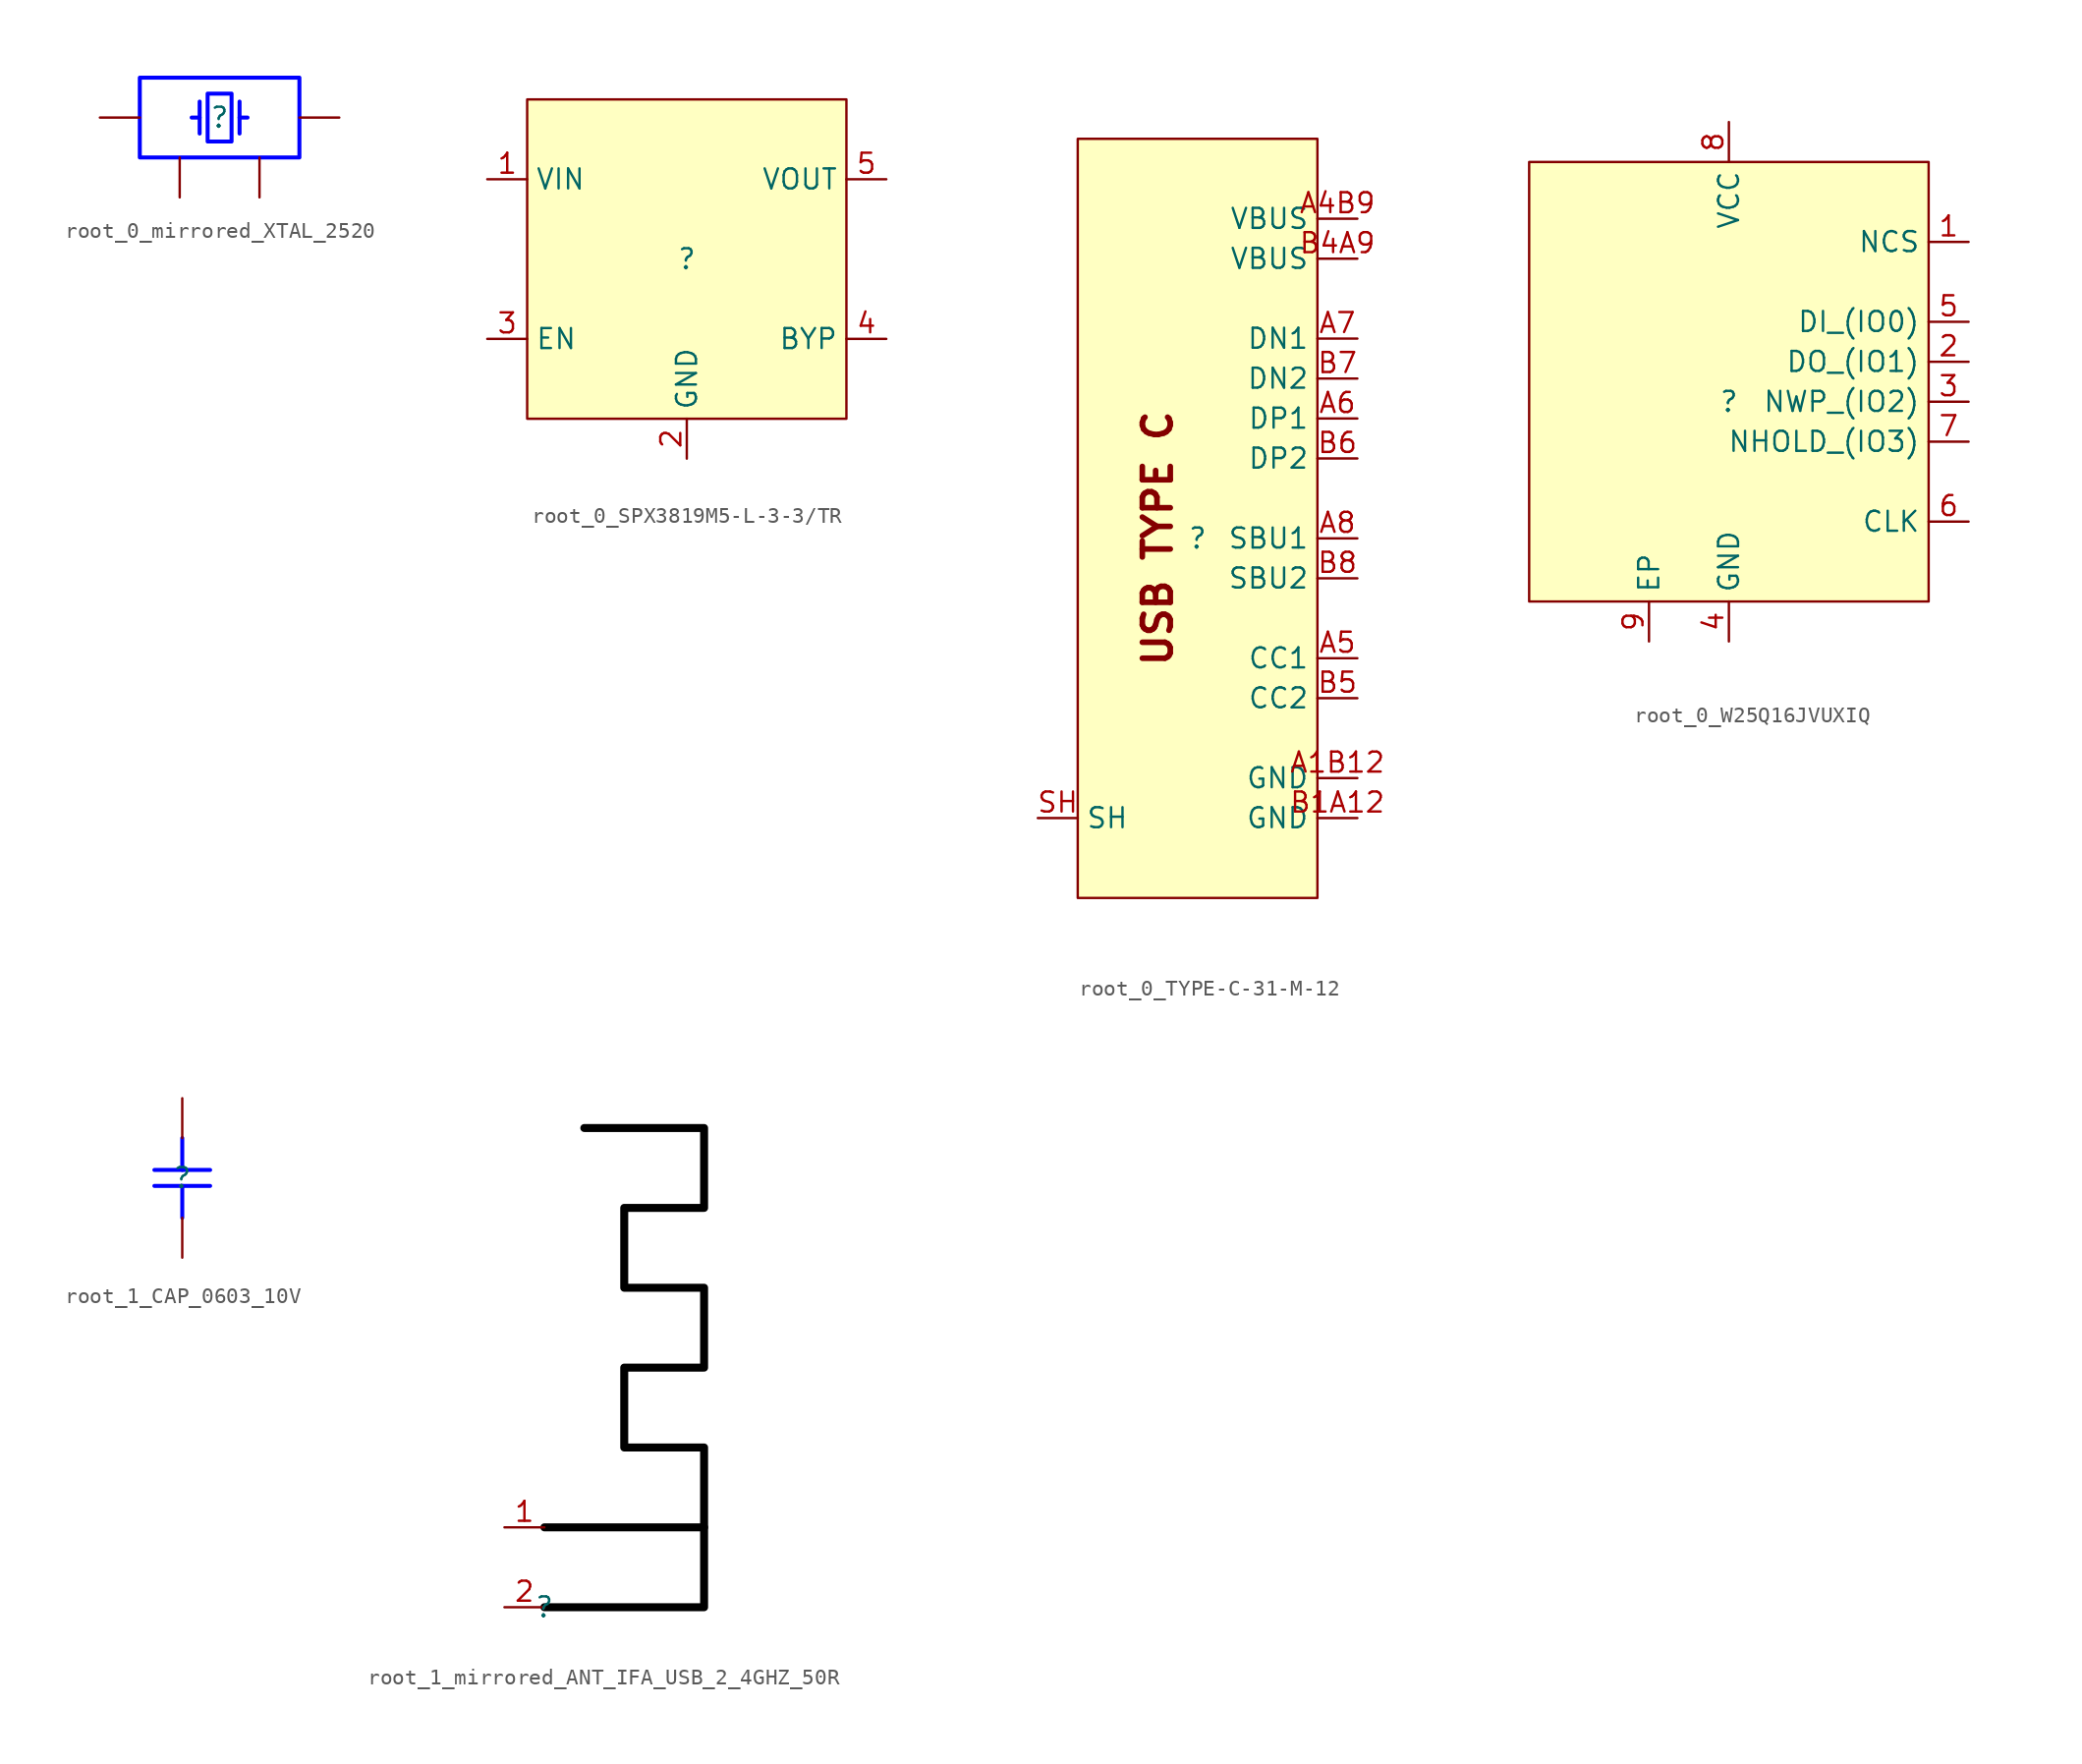
<source format=kicad_sym>
(kicad_symbol_lib
  (version 20220914)
  (generator kicad_symbol_editor)
  (symbol "root_0_mirrored_XTAL_2520"
    (property "Reference" ""
      (at 0 0 0)
      (effects (font (size 1.27 1.27))))
    (property "Value" ""
      (at 0 0 0)
      (effects (font (size 1.27 1.27))))
    (symbol "root_0_mirrored_XTAL_2520_1_0"
      (polyline (pts (xy -1.778 0) (xy -1.27 0)) (stroke (width 0.254) (type solid) (color 0 0 255 1)) (fill (type none)))
      (polyline (pts (xy -1.27 1.016) (xy -1.27 -1.016)) (stroke (width 0.254) (type solid) (color 0 0 255 1)) (fill (type none)))
      (polyline (pts (xy 1.27 0) (xy 1.778 0)) (stroke (width 0.254) (type solid) (color 0 0 255 1)) (fill (type none)))
      (polyline (pts (xy 1.27 1.016) (xy 1.27 -1.016)) (stroke (width 0.254) (type solid) (color 0 0 255 1)) (fill (type none)))
      (polyline (pts (xy -0.762 1.524) (xy 0.762 1.524) (xy 0.762 -1.524) (xy -0.762 -1.524) (xy -0.762 1.524)) (stroke (width 0.254) (type solid) (color 0 0 255 1)) (fill (type none)))
      (polyline (pts (xy 5.08 -2.54) (xy -5.08 -2.54) (xy -5.08 2.54) (xy 5.08 2.54) (xy 5.08 -2.54)) (stroke (width 0.254) (type solid) (color 0 0 255 1)) (fill (type none)))
      (pin passive line (at 7.62 0 180) (length 2.54) (name "1" (effects (font (size 0 0)))) (number "1" (effects (font (size 0 0)))))
      (pin passive line (at 2.54 -5.08 90) (length 2.54) (name "2" (effects (font (size 0 0)))) (number "2" (effects (font (size 0 0)))))
      (pin passive line (at -7.62 0 0) (length 2.54) (name "3" (effects (font (size 0 0)))) (number "3" (effects (font (size 0 0)))))
      (pin passive line (at -2.54 -5.08 90) (length 2.54) (name "4" (effects (font (size 0 0)))) (number "4" (effects (font (size 0 0)))))))
  (symbol "root_0_SPX3819M5-L-3-3/TR"
    (property "Reference" ""
      (at 0 0 0)
      (effects (font (size 1.27 1.27))))
    (property "Value" ""
      (at 0 0 0)
      (effects (font (size 1.27 1.27))))
    (symbol "root_0_SPX3819M5-L-3-3/TR_1_0"
      (rectangle (start 10.16 10.16) (end -10.16 -10.16) (stroke (width 0) (type solid)) (fill (type background)))
      (pin power_in line (at -12.7 5.08 0) (length 2.54) (name "VIN" (effects (font (size 1.27 1.27)))) (number "1" (effects (font (size 1.27 1.27)))))
      (pin power_in line (at 0 -12.7 90) (length 2.54) (name "GND" (effects (font (size 1.27 1.27)))) (number "2" (effects (font (size 1.27 1.27)))))
      (pin input line (at -12.7 -5.08 0) (length 2.54) (name "EN" (effects (font (size 1.27 1.27)))) (number "3" (effects (font (size 1.27 1.27)))))
      (pin passive line (at 12.7 -5.08 180) (length 2.54) (name "BYP" (effects (font (size 1.27 1.27)))) (number "4" (effects (font (size 1.27 1.27)))))
      (pin power_in line (at 12.7 5.08 180) (length 2.54) (name "VOUT" (effects (font (size 1.27 1.27)))) (number "5" (effects (font (size 1.27 1.27)))))))
  (symbol "root_0_TYPE-C-31-M-12"
    (property "Reference" ""
      (at 0 0 0)
      (effects (font (size 1.27 1.27))))
    (property "Value" ""
      (at 0 0 0)
      (effects (font (size 1.27 1.27))))
    (symbol "root_0_TYPE-C-31-M-12_1_0"
      (rectangle (start 7.62 25.4) (end -7.62 -22.86) (stroke (width 0) (type solid)) (fill (type background)))
      (text "USB TYPE C" (at -2.54 0 900) (effects (font (size 1.778 1.778) bold)))
      (pin power_in line (at 10.16 -15.24 180) (length 2.54) (name "GND" (effects (font (size 1.27 1.27)))) (number "A1B12" (effects (font (size 1.27 1.27)))))
      (pin power_in line (at 10.16 20.32 180) (length 2.54) (name "VBUS" (effects (font (size 1.27 1.27)))) (number "A4B9" (effects (font (size 1.27 1.27)))))
      (pin passive line (at 10.16 -7.62 180) (length 2.54) (name "CC1" (effects (font (size 1.27 1.27)))) (number "A5" (effects (font (size 1.27 1.27)))))
      (pin bidirectional line (at 10.16 7.62 180) (length 2.54) (name "DP1" (effects (font (size 1.27 1.27)))) (number "A6" (effects (font (size 1.27 1.27)))))
      (pin bidirectional line (at 10.16 12.7 180) (length 2.54) (name "DN1" (effects (font (size 1.27 1.27)))) (number "A7" (effects (font (size 1.27 1.27)))))
      (pin bidirectional line (at 10.16 0 180) (length 2.54) (name "SBU1" (effects (font (size 1.27 1.27)))) (number "A8" (effects (font (size 1.27 1.27)))))
      (pin power_in line (at 10.16 -17.78 180) (length 2.54) (name "GND" (effects (font (size 1.27 1.27)))) (number "B1A12" (effects (font (size 1.27 1.27)))))
      (pin power_in line (at 10.16 17.78 180) (length 2.54) (name "VBUS" (effects (font (size 1.27 1.27)))) (number "B4A9" (effects (font (size 1.27 1.27)))))
      (pin tri_state line (at 10.16 -10.16 180) (length 2.54) (name "CC2" (effects (font (size 1.27 1.27)))) (number "B5" (effects (font (size 1.27 1.27)))))
      (pin bidirectional line (at 10.16 5.08 180) (length 2.54) (name "DP2" (effects (font (size 1.27 1.27)))) (number "B6" (effects (font (size 1.27 1.27)))))
      (pin bidirectional line (at 10.16 10.16 180) (length 2.54) (name "DN2" (effects (font (size 1.27 1.27)))) (number "B7" (effects (font (size 1.27 1.27)))))
      (pin bidirectional line (at 10.16 -2.54 180) (length 2.54) (name "SBU2" (effects (font (size 1.27 1.27)))) (number "B8" (effects (font (size 1.27 1.27)))))
      (pin power_in line (at -10.16 -17.78 0) (length 2.54) (name "SH" (effects (font (size 1.27 1.27)))) (number "SH" (effects (font (size 1.27 1.27)))))))
  (symbol "root_0_W25Q16JVUXIQ"
    (property "Reference" ""
      (at 0 0 0)
      (effects (font (size 1.27 1.27))))
    (property "Value" ""
      (at 0 0 0)
      (effects (font (size 1.27 1.27))))
    (symbol "root_0_W25Q16JVUXIQ_1_0"
      (rectangle (start 12.7 15.24) (end -12.7 -12.7) (stroke (width 0) (type solid)) (fill (type background)))
      (pin input line (at 15.24 10.16 180) (length 2.54) (name "NCS" (effects (font (size 1.27 1.27)))) (number "1" (effects (font (size 1.27 1.27)))))
      (pin bidirectional line (at 15.24 2.54 180) (length 2.54) (name "DO_(IO1)" (effects (font (size 1.27 1.27)))) (number "2" (effects (font (size 1.27 1.27)))))
      (pin bidirectional line (at 15.24 0 180) (length 2.54) (name "NWP_(IO2)" (effects (font (size 1.27 1.27)))) (number "3" (effects (font (size 1.27 1.27)))))
      (pin power_in line (at 0 -15.24 90) (length 2.54) (name "GND" (effects (font (size 1.27 1.27)))) (number "4" (effects (font (size 1.27 1.27)))))
      (pin bidirectional line (at 15.24 5.08 180) (length 2.54) (name "DI_(IO0)" (effects (font (size 1.27 1.27)))) (number "5" (effects (font (size 1.27 1.27)))))
      (pin input line (at 15.24 -7.62 180) (length 2.54) (name "CLK" (effects (font (size 1.27 1.27)))) (number "6" (effects (font (size 1.27 1.27)))))
      (pin bidirectional line (at 15.24 -2.54 180) (length 2.54) (name "NHOLD_(IO3)" (effects (font (size 1.27 1.27)))) (number "7" (effects (font (size 1.27 1.27)))))
      (pin power_in line (at 0 17.78 270) (length 2.54) (name "VCC" (effects (font (size 1.27 1.27)))) (number "8" (effects (font (size 1.27 1.27)))))
      (pin power_in line (at -5.08 -15.24 90) (length 2.54) (name "EP" (effects (font (size 1.27 1.27)))) (number "9" (effects (font (size 1.27 1.27)))))))
  (symbol "root_1_CAP_0603_10V"
    (property "Reference" ""
      (at 0 0 0)
      (effects (font (size 1.27 1.27))))
    (property "Value" ""
      (at 0 0 0)
      (effects (font (size 1.27 1.27))))
    (symbol "root_1_CAP_0603_10V_1_0"
      (polyline (pts (xy -1.778 -0.508) (xy 1.778 -0.508)) (stroke (width 0.254) (type solid) (color 0 0 255 1)) (fill (type none)))
      (polyline (pts (xy 0 -2.54) (xy 0 -0.508)) (stroke (width 0.254) (type solid) (color 0 0 255 1)) (fill (type none)))
      (polyline (pts (xy 0 0.508) (xy 0 2.54)) (stroke (width 0.254) (type solid) (color 0 0 255 1)) (fill (type none)))
      (polyline (pts (xy 1.778 0.508) (xy -1.778 0.508)) (stroke (width 0.254) (type solid) (color 0 0 255 1)) (fill (type none)))
      (pin passive line (at 0 -5.08 90) (length 2.54) (name "1" (effects (font (size 0 0)))) (number "1" (effects (font (size 0 0)))))
      (pin passive line (at 0 5.08 270) (length 2.54) (name "2" (effects (font (size 0 0)))) (number "2" (effects (font (size 0 0)))))))
  (symbol "root_1_mirrored_ANT_IFA_USB_2_4GHZ_50R"
    (property "Reference" ""
      (at 0 0 0)
      (effects (font (size 1.27 1.27))))
    (property "Value" ""
      (at 0 0 0)
      (effects (font (size 1.27 1.27))))
    (symbol "root_1_mirrored_ANT_IFA_USB_2_4GHZ_50R_1_0"
      (polyline (pts (xy 0 0) (xy 10.16 0) (xy 10.16 5.08) (xy 0 5.08)) (stroke (width 0.508) (type solid) (color 0 0 0 1)) (fill (type none)))
      (polyline (pts (xy 10.16 5.08) (xy 10.16 10.16) (xy 5.08 10.16) (xy 5.08 15.24) (xy 10.16 15.24) (xy 10.16 20.32) (xy 5.08 20.32) (xy 5.08 25.4) (xy 10.16 25.4) (xy 10.16 30.48) (xy 2.54 30.48)) (stroke (width 0.508) (type solid) (color 0 0 0 1)) (fill (type none)))
      (pin passive line (at -2.54 5.08 0) (length 2.54) (name "RF" (effects (font (size 0 0)))) (number "1" (effects (font (size 1.27 1.27)))))
      (pin passive line (at -2.54 0 0) (length 2.54) (name "GND" (effects (font (size 0 0)))) (number "2" (effects (font (size 1.27 1.27))))))))
</source>
